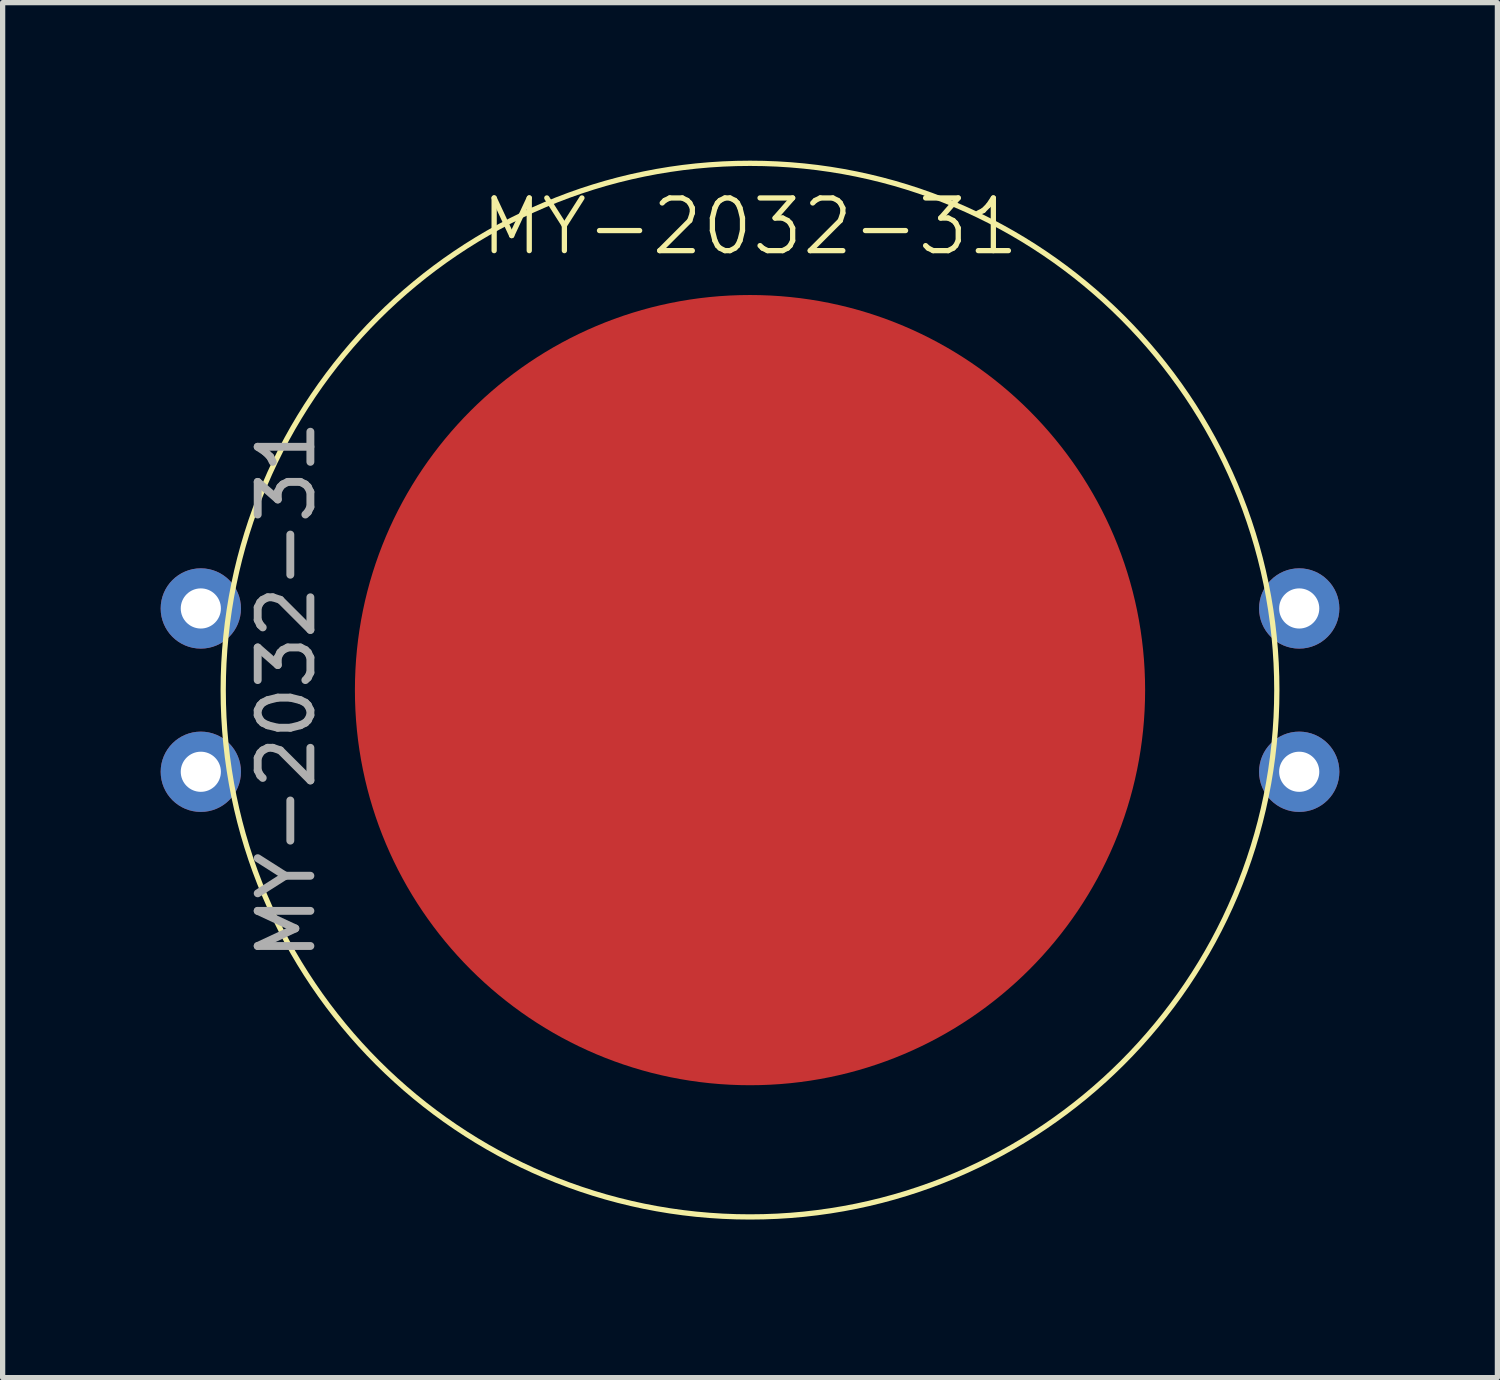
<source format=kicad_pcb>
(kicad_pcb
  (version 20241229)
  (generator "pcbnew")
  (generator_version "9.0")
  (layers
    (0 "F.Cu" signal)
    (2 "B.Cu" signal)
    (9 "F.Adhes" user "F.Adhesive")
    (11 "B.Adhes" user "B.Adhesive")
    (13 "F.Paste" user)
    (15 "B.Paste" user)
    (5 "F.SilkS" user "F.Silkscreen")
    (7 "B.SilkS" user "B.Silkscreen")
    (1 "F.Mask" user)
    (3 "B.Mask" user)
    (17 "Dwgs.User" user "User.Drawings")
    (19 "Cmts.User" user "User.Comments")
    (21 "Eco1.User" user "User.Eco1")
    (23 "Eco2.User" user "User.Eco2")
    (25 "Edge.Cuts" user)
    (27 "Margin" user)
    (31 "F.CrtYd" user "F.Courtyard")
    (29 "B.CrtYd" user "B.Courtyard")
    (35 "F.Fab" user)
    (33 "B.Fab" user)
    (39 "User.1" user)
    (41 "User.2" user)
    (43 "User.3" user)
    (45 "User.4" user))
  (footprint "MY-2032-31"
    (layer "F.Cu")
    (at 11.187 10.05)
    (property "Reference" "MY-2032-31" (at 0 -8.8 0) (unlocked yes) (layer "F.SilkS") (effects (font (size 1 1) (thickness 0.1))))
    (attr through_hole)
    (fp_circle (center 0 0) (end 10 0) (stroke (width 0.1) (type default)) (fill no) (layer "F.SilkS"))
    (fp_text user "${REFERENCE}" (at -8.8 0 90) (unlocked yes) (layer "F.Fab") (effects (font (size 1 1) (thickness 0.15))))
    (pad "1" thru_hole circle (at -10.425 -1.55) (size 1.524 1.524) (drill 0.762) (layers "*.Cu" "*.Mask"))
    (pad "1" thru_hole circle (at -10.425 1.55) (size 1.524 1.524) (drill 0.762) (layers "*.Cu" "*.Mask"))
    (pad "1" thru_hole circle (at 10.425 -1.55) (size 1.524 1.524) (drill 0.762) (layers "*.Cu" "*.Mask"))
    (pad "1" thru_hole circle (at 10.425 1.55) (size 1.524 1.524) (drill 0.762) (layers "*.Cu" "*.Mask"))
    (pad "2" smd circle (at 0 0) (size 15 15) (layers "F.Cu" "F.Mask" "F.Paste")))
  (gr_rect
    (start -3 -3)
    (end 25.374 23.1)
    (stroke (width 0.1) (type default))
    (fill no)
    (layer "Edge.Cuts")))
</source>
